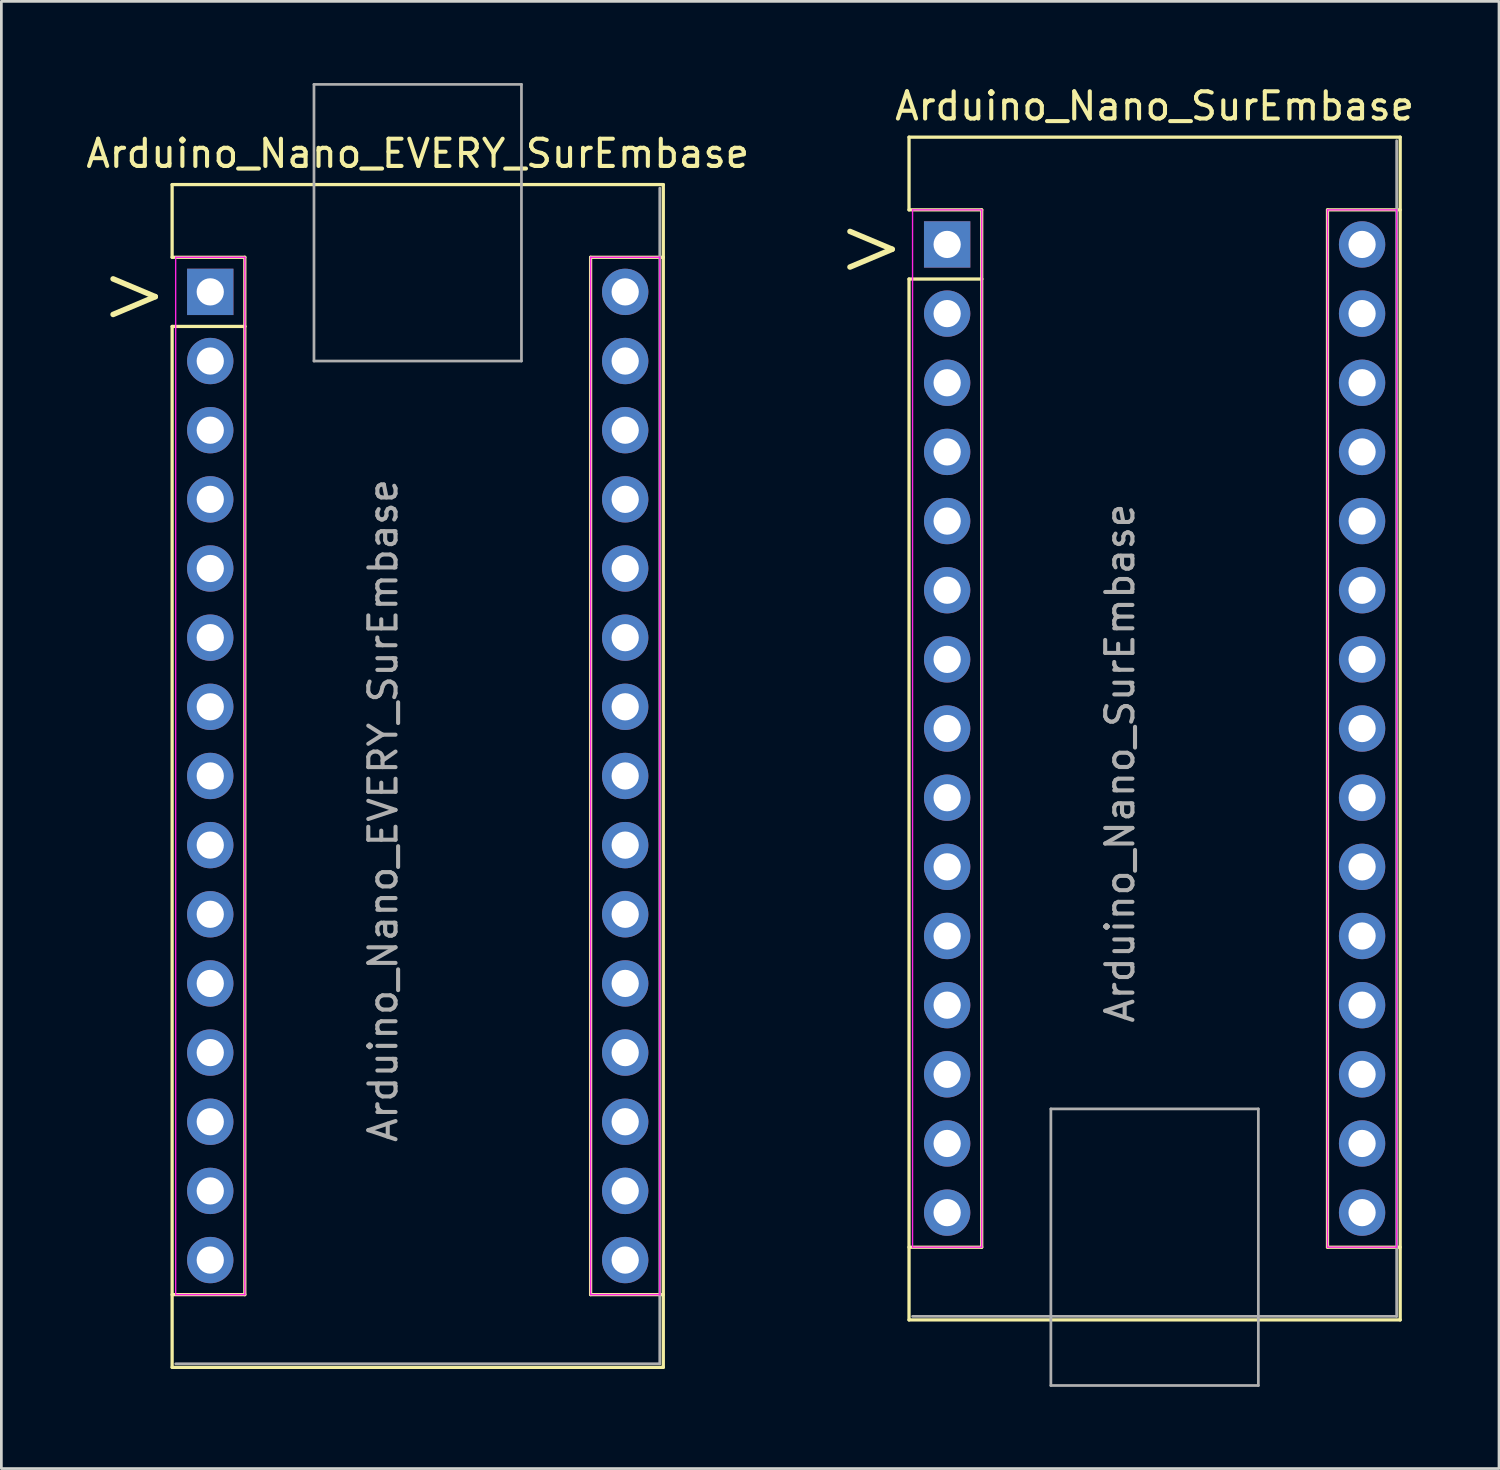
<source format=kicad_pcb>
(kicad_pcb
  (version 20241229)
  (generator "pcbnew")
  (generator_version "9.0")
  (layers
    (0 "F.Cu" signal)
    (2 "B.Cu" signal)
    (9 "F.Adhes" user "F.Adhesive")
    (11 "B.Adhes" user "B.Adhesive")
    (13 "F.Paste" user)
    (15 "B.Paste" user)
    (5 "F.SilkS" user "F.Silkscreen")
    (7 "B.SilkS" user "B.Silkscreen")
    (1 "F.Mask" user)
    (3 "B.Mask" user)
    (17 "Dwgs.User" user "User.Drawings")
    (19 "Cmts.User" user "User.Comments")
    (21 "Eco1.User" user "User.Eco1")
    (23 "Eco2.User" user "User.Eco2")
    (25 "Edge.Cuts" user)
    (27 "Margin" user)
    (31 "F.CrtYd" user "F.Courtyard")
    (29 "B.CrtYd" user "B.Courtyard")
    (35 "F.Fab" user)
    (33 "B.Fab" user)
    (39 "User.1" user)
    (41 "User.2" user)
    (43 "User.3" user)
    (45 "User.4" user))
  (footprint "Arduino_Nano_EVERY_SurEmbase"
    (layer "F.Cu")
    (at 4.672 7.67)
    (property "Reference" "Arduino_Nano_EVERY_SurEmbase" (at 7.62 -5.08 0) (layer "F.SilkS") (effects (font (size 1 1) (thickness 0.15))))
    (attr through_hole)
    (fp_line (start -1.4 -3.94) (end -1.4 -1.27) (stroke (width 0.12) (type solid)) (layer "F.SilkS"))
    (fp_line (start -1.4 1.27) (end -1.4 39.5) (stroke (width 0.12) (type solid)) (layer "F.SilkS"))
    (fp_line (start -1.4 39.5) (end 16.64 39.5) (stroke (width 0.12) (type solid)) (layer "F.SilkS"))
    (fp_line (start 1.27 -1.27) (end -1.4 -1.27) (stroke (width 0.12) (type solid)) (layer "F.SilkS"))
    (fp_line (start 1.27 1.27) (end -1.4 1.27) (stroke (width 0.12) (type solid)) (layer "F.SilkS"))
    (fp_line (start 1.27 1.27) (end 1.27 -1.27) (stroke (width 0.12) (type solid)) (layer "F.SilkS"))
    (fp_line (start 1.27 1.27) (end 1.27 36.83) (stroke (width 0.12) (type solid)) (layer "F.SilkS"))
    (fp_line (start 1.27 36.83) (end -1.4 36.83) (stroke (width 0.12) (type solid)) (layer "F.SilkS"))
    (fp_line (start 13.97 -1.27) (end 13.97 36.83) (stroke (width 0.12) (type solid)) (layer "F.SilkS"))
    (fp_line (start 13.97 -1.27) (end 16.64 -1.27) (stroke (width 0.12) (type solid)) (layer "F.SilkS"))
    (fp_line (start 13.97 36.83) (end 16.64 36.83) (stroke (width 0.12) (type solid)) (layer "F.SilkS"))
    (fp_line (start 16.64 -3.94) (end -1.4 -3.94) (stroke (width 0.12) (type solid)) (layer "F.SilkS"))
    (fp_line (start 16.64 39.5) (end 16.64 -3.94) (stroke (width 0.12) (type solid)) (layer "F.SilkS"))
    (fp_line (start -1.27 -1.27) (end 1.27 -1.27) (stroke (width 0.05) (type solid)) (layer "F.CrtYd"))
    (fp_line (start -1.27 36.83) (end -1.27 -1.27) (stroke (width 0.05) (type solid)) (layer "F.CrtYd"))
    (fp_line (start 1.27 -1.27) (end 1.27 36.83) (stroke (width 0.05) (type solid)) (layer "F.CrtYd"))
    (fp_line (start 1.27 36.83) (end -1.27 36.83) (stroke (width 0.05) (type solid)) (layer "F.CrtYd"))
    (fp_line (start 13.97 -1.27) (end 16.51 -1.27) (stroke (width 0.05) (type solid)) (layer "F.CrtYd"))
    (fp_line (start 13.97 36.83) (end 13.97 -1.27) (stroke (width 0.05) (type solid)) (layer "F.CrtYd"))
    (fp_line (start 16.51 -1.27) (end 16.51 36.83) (stroke (width 0.05) (type solid)) (layer "F.CrtYd"))
    (fp_line (start 16.51 36.83) (end 13.97 36.83) (stroke (width 0.05) (type solid)) (layer "F.CrtYd"))
    (fp_line (start 3.81 -7.62) (end 11.43 -7.62) (stroke (width 0.1) (type solid)) (layer "F.Fab"))
    (fp_line (start 3.81 2.54) (end 3.81 -7.62) (stroke (width 0.1) (type solid)) (layer "F.Fab"))
    (fp_line (start 11.43 -7.62) (end 11.43 2.54) (stroke (width 0.1) (type solid)) (layer "F.Fab"))
    (fp_line (start 11.43 2.54) (end 3.81 2.54) (stroke (width 0.1) (type solid)) (layer "F.Fab"))
    (fp_line (start 16.51 -3.81) (end 16.51 39.37) (stroke (width 0.1) (type solid)) (layer "F.Fab"))
    (fp_line (start 16.51 39.37) (end -1.27 39.37) (stroke (width 0.1) (type solid)) (layer "F.Fab"))
    (fp_text user ">" (at -2.794 0 0) (layer "F.SilkS") (effects (font (size 2.286 2.032) (thickness 0.203))))
    (fp_text user "${REFERENCE}" (at 6.35 19.05 90) (layer "F.Fab") (effects (font (size 1 1) (thickness 0.15))))
    (pad "1" thru_hole rect (at 0 0) (size 1.702 1.702) (drill 1) (layers "*.Cu" "*.Mask"))
    (pad "2" thru_hole circle (at 0 2.54) (size 1.702 1.702) (drill 1) (layers "*.Cu" "*.Mask"))
    (pad "3" thru_hole circle (at 0 5.08) (size 1.702 1.702) (drill 1) (layers "*.Cu" "*.Mask"))
    (pad "4" thru_hole circle (at 0 7.62) (size 1.702 1.702) (drill 1) (layers "*.Cu" "*.Mask"))
    (pad "5" thru_hole circle (at 0 10.16) (size 1.702 1.702) (drill 1) (layers "*.Cu" "*.Mask"))
    (pad "6" thru_hole circle (at 0 12.7) (size 1.702 1.702) (drill 1) (layers "*.Cu" "*.Mask"))
    (pad "7" thru_hole circle (at 0 15.24) (size 1.702 1.702) (drill 1) (layers "*.Cu" "*.Mask"))
    (pad "8" thru_hole circle (at 0 17.78) (size 1.702 1.702) (drill 1) (layers "*.Cu" "*.Mask"))
    (pad "9" thru_hole circle (at 0 20.32) (size 1.702 1.702) (drill 1) (layers "*.Cu" "*.Mask"))
    (pad "10" thru_hole circle (at 0 22.86) (size 1.702 1.702) (drill 1) (layers "*.Cu" "*.Mask"))
    (pad "11" thru_hole circle (at 0 25.4) (size 1.702 1.702) (drill 1) (layers "*.Cu" "*.Mask"))
    (pad "12" thru_hole circle (at 0 27.94) (size 1.702 1.702) (drill 1) (layers "*.Cu" "*.Mask"))
    (pad "13" thru_hole circle (at 0 30.48) (size 1.702 1.702) (drill 1) (layers "*.Cu" "*.Mask"))
    (pad "14" thru_hole circle (at 0 33.02) (size 1.702 1.702) (drill 1) (layers "*.Cu" "*.Mask"))
    (pad "15" thru_hole circle (at 0 35.56) (size 1.702 1.702) (drill 1) (layers "*.Cu" "*.Mask"))
    (pad "16" thru_hole circle (at 15.24 35.56) (size 1.702 1.702) (drill 1) (layers "*.Cu" "*.Mask"))
    (pad "17" thru_hole circle (at 15.24 33.02) (size 1.702 1.702) (drill 1) (layers "*.Cu" "*.Mask"))
    (pad "18" thru_hole circle (at 15.24 30.48) (size 1.702 1.702) (drill 1) (layers "*.Cu" "*.Mask"))
    (pad "19" thru_hole circle (at 15.24 27.94) (size 1.702 1.702) (drill 1) (layers "*.Cu" "*.Mask"))
    (pad "20" thru_hole circle (at 15.24 25.4) (size 1.702 1.702) (drill 1) (layers "*.Cu" "*.Mask"))
    (pad "21" thru_hole circle (at 15.24 22.86) (size 1.702 1.702) (drill 1) (layers "*.Cu" "*.Mask"))
    (pad "22" thru_hole circle (at 15.24 20.32) (size 1.702 1.702) (drill 1) (layers "*.Cu" "*.Mask"))
    (pad "23" thru_hole circle (at 15.24 17.78) (size 1.702 1.702) (drill 1) (layers "*.Cu" "*.Mask"))
    (pad "24" thru_hole circle (at 15.24 15.24) (size 1.702 1.702) (drill 1) (layers "*.Cu" "*.Mask"))
    (pad "25" thru_hole circle (at 15.24 12.7) (size 1.702 1.702) (drill 1) (layers "*.Cu" "*.Mask"))
    (pad "26" thru_hole circle (at 15.24 10.16) (size 1.702 1.702) (drill 1) (layers "*.Cu" "*.Mask"))
    (pad "27" thru_hole circle (at 15.24 7.62) (size 1.702 1.702) (drill 1) (layers "*.Cu" "*.Mask"))
    (pad "28" thru_hole circle (at 15.24 5.08) (size 1.702 1.702) (drill 1) (layers "*.Cu" "*.Mask"))
    (pad "29" thru_hole circle (at 15.24 2.54) (size 1.702 1.702) (drill 1) (layers "*.Cu" "*.Mask"))
    (pad "30" thru_hole circle (at 15.24 0) (size 1.702 1.702) (drill 1) (layers "*.Cu" "*.Mask")))
  (footprint "Arduino_Nano_SurEmbase"
    (layer "F.Cu")
    (at 31.737 5.928)
    (property "Reference" "Arduino_Nano_SurEmbase" (at 7.62 -5.08 0) (layer "F.SilkS") (effects (font (size 1 1) (thickness 0.15))))
    (attr through_hole)
    (fp_line (start -1.4 -3.94) (end -1.4 -1.27) (stroke (width 0.12) (type solid)) (layer "F.SilkS"))
    (fp_line (start -1.4 1.27) (end -1.4 39.5) (stroke (width 0.12) (type solid)) (layer "F.SilkS"))
    (fp_line (start -1.4 39.5) (end 16.64 39.5) (stroke (width 0.12) (type solid)) (layer "F.SilkS"))
    (fp_line (start 1.27 -1.27) (end -1.4 -1.27) (stroke (width 0.12) (type solid)) (layer "F.SilkS"))
    (fp_line (start 1.27 1.27) (end -1.4 1.27) (stroke (width 0.12) (type solid)) (layer "F.SilkS"))
    (fp_line (start 1.27 1.27) (end 1.27 -1.27) (stroke (width 0.12) (type solid)) (layer "F.SilkS"))
    (fp_line (start 1.27 1.27) (end 1.27 36.83) (stroke (width 0.12) (type solid)) (layer "F.SilkS"))
    (fp_line (start 1.27 36.83) (end -1.4 36.83) (stroke (width 0.12) (type solid)) (layer "F.SilkS"))
    (fp_line (start 13.97 -1.27) (end 13.97 36.83) (stroke (width 0.12) (type solid)) (layer "F.SilkS"))
    (fp_line (start 13.97 -1.27) (end 16.64 -1.27) (stroke (width 0.12) (type solid)) (layer "F.SilkS"))
    (fp_line (start 13.97 36.83) (end 16.64 36.83) (stroke (width 0.12) (type solid)) (layer "F.SilkS"))
    (fp_line (start 16.64 -3.94) (end -1.4 -3.94) (stroke (width 0.12) (type solid)) (layer "F.SilkS"))
    (fp_line (start 16.64 39.5) (end 16.64 -3.94) (stroke (width 0.12) (type solid)) (layer "F.SilkS"))
    (fp_line (start -1.27 -1.27) (end 1.27 -1.27) (stroke (width 0.05) (type solid)) (layer "F.CrtYd"))
    (fp_line (start -1.27 36.83) (end -1.27 -1.27) (stroke (width 0.05) (type solid)) (layer "F.CrtYd"))
    (fp_line (start 1.27 -1.27) (end 1.27 36.83) (stroke (width 0.05) (type solid)) (layer "F.CrtYd"))
    (fp_line (start 1.27 36.83) (end -1.27 36.83) (stroke (width 0.05) (type solid)) (layer "F.CrtYd"))
    (fp_line (start 13.97 -1.27) (end 16.51 -1.27) (stroke (width 0.05) (type solid)) (layer "F.CrtYd"))
    (fp_line (start 13.97 36.83) (end 13.97 -1.27) (stroke (width 0.05) (type solid)) (layer "F.CrtYd"))
    (fp_line (start 16.51 -1.27) (end 16.51 36.83) (stroke (width 0.05) (type solid)) (layer "F.CrtYd"))
    (fp_line (start 16.51 36.83) (end 13.97 36.83) (stroke (width 0.05) (type solid)) (layer "F.CrtYd"))
    (fp_line (start 3.81 31.75) (end 11.43 31.75) (stroke (width 0.1) (type solid)) (layer "F.Fab"))
    (fp_line (start 3.81 41.91) (end 3.81 31.75) (stroke (width 0.1) (type solid)) (layer "F.Fab"))
    (fp_line (start 11.43 31.75) (end 11.43 41.91) (stroke (width 0.1) (type solid)) (layer "F.Fab"))
    (fp_line (start 11.43 41.91) (end 3.81 41.91) (stroke (width 0.1) (type solid)) (layer "F.Fab"))
    (fp_line (start 16.51 -3.81) (end 16.51 39.37) (stroke (width 0.1) (type solid)) (layer "F.Fab"))
    (fp_line (start 16.51 39.37) (end -1.27 39.37) (stroke (width 0.1) (type solid)) (layer "F.Fab"))
    (fp_text user ">" (at -2.794 0 0) (layer "F.SilkS") (effects (font (size 2.286 2.032) (thickness 0.203))))
    (fp_text user "${REFERENCE}" (at 6.35 19.05 90) (layer "F.Fab") (effects (font (size 1 1) (thickness 0.15))))
    (pad "1" thru_hole rect (at 0 0) (size 1.702 1.702) (drill 1) (layers "*.Cu" "*.Mask"))
    (pad "2" thru_hole circle (at 0 2.54) (size 1.702 1.702) (drill 1) (layers "*.Cu" "*.Mask"))
    (pad "3" thru_hole circle (at 0 5.08) (size 1.702 1.702) (drill 1) (layers "*.Cu" "*.Mask"))
    (pad "4" thru_hole circle (at 0 7.62) (size 1.702 1.702) (drill 1) (layers "*.Cu" "*.Mask"))
    (pad "5" thru_hole circle (at 0 10.16) (size 1.702 1.702) (drill 1) (layers "*.Cu" "*.Mask"))
    (pad "6" thru_hole circle (at 0 12.7) (size 1.702 1.702) (drill 1) (layers "*.Cu" "*.Mask"))
    (pad "7" thru_hole circle (at 0 15.24) (size 1.702 1.702) (drill 1) (layers "*.Cu" "*.Mask"))
    (pad "8" thru_hole circle (at 0 17.78) (size 1.702 1.702) (drill 1) (layers "*.Cu" "*.Mask"))
    (pad "9" thru_hole circle (at 0 20.32) (size 1.702 1.702) (drill 1) (layers "*.Cu" "*.Mask"))
    (pad "10" thru_hole circle (at 0 22.86) (size 1.702 1.702) (drill 1) (layers "*.Cu" "*.Mask"))
    (pad "11" thru_hole circle (at 0 25.4) (size 1.702 1.702) (drill 1) (layers "*.Cu" "*.Mask"))
    (pad "12" thru_hole circle (at 0 27.94) (size 1.702 1.702) (drill 1) (layers "*.Cu" "*.Mask"))
    (pad "13" thru_hole circle (at 0 30.48) (size 1.702 1.702) (drill 1) (layers "*.Cu" "*.Mask"))
    (pad "14" thru_hole circle (at 0 33.02) (size 1.702 1.702) (drill 1) (layers "*.Cu" "*.Mask"))
    (pad "15" thru_hole circle (at 0 35.56) (size 1.702 1.702) (drill 1) (layers "*.Cu" "*.Mask"))
    (pad "16" thru_hole circle (at 15.24 35.56) (size 1.702 1.702) (drill 1) (layers "*.Cu" "*.Mask"))
    (pad "17" thru_hole circle (at 15.24 33.02) (size 1.702 1.702) (drill 1) (layers "*.Cu" "*.Mask"))
    (pad "18" thru_hole circle (at 15.24 30.48) (size 1.702 1.702) (drill 1) (layers "*.Cu" "*.Mask"))
    (pad "19" thru_hole circle (at 15.24 27.94) (size 1.702 1.702) (drill 1) (layers "*.Cu" "*.Mask"))
    (pad "20" thru_hole circle (at 15.24 25.4) (size 1.702 1.702) (drill 1) (layers "*.Cu" "*.Mask"))
    (pad "21" thru_hole circle (at 15.24 22.86) (size 1.702 1.702) (drill 1) (layers "*.Cu" "*.Mask"))
    (pad "22" thru_hole circle (at 15.24 20.32) (size 1.702 1.702) (drill 1) (layers "*.Cu" "*.Mask"))
    (pad "23" thru_hole circle (at 15.24 17.78) (size 1.702 1.702) (drill 1) (layers "*.Cu" "*.Mask"))
    (pad "24" thru_hole circle (at 15.24 15.24) (size 1.702 1.702) (drill 1) (layers "*.Cu" "*.Mask"))
    (pad "25" thru_hole circle (at 15.24 12.7) (size 1.702 1.702) (drill 1) (layers "*.Cu" "*.Mask"))
    (pad "26" thru_hole circle (at 15.24 10.16) (size 1.702 1.702) (drill 1) (layers "*.Cu" "*.Mask"))
    (pad "27" thru_hole circle (at 15.24 7.62) (size 1.702 1.702) (drill 1) (layers "*.Cu" "*.Mask"))
    (pad "28" thru_hole circle (at 15.24 5.08) (size 1.702 1.702) (drill 1) (layers "*.Cu" "*.Mask"))
    (pad "29" thru_hole circle (at 15.24 2.54) (size 1.702 1.702) (drill 1) (layers "*.Cu" "*.Mask"))
    (pad "30" thru_hole circle (at 15.24 0) (size 1.702 1.702) (drill 1) (layers "*.Cu" "*.Mask")))
  (gr_rect
    (start -3 -3)
    (end 52.006 50.888)
    (stroke (width 0.1) (type default))
    (fill no)
    (layer "Edge.Cuts")))
</source>
